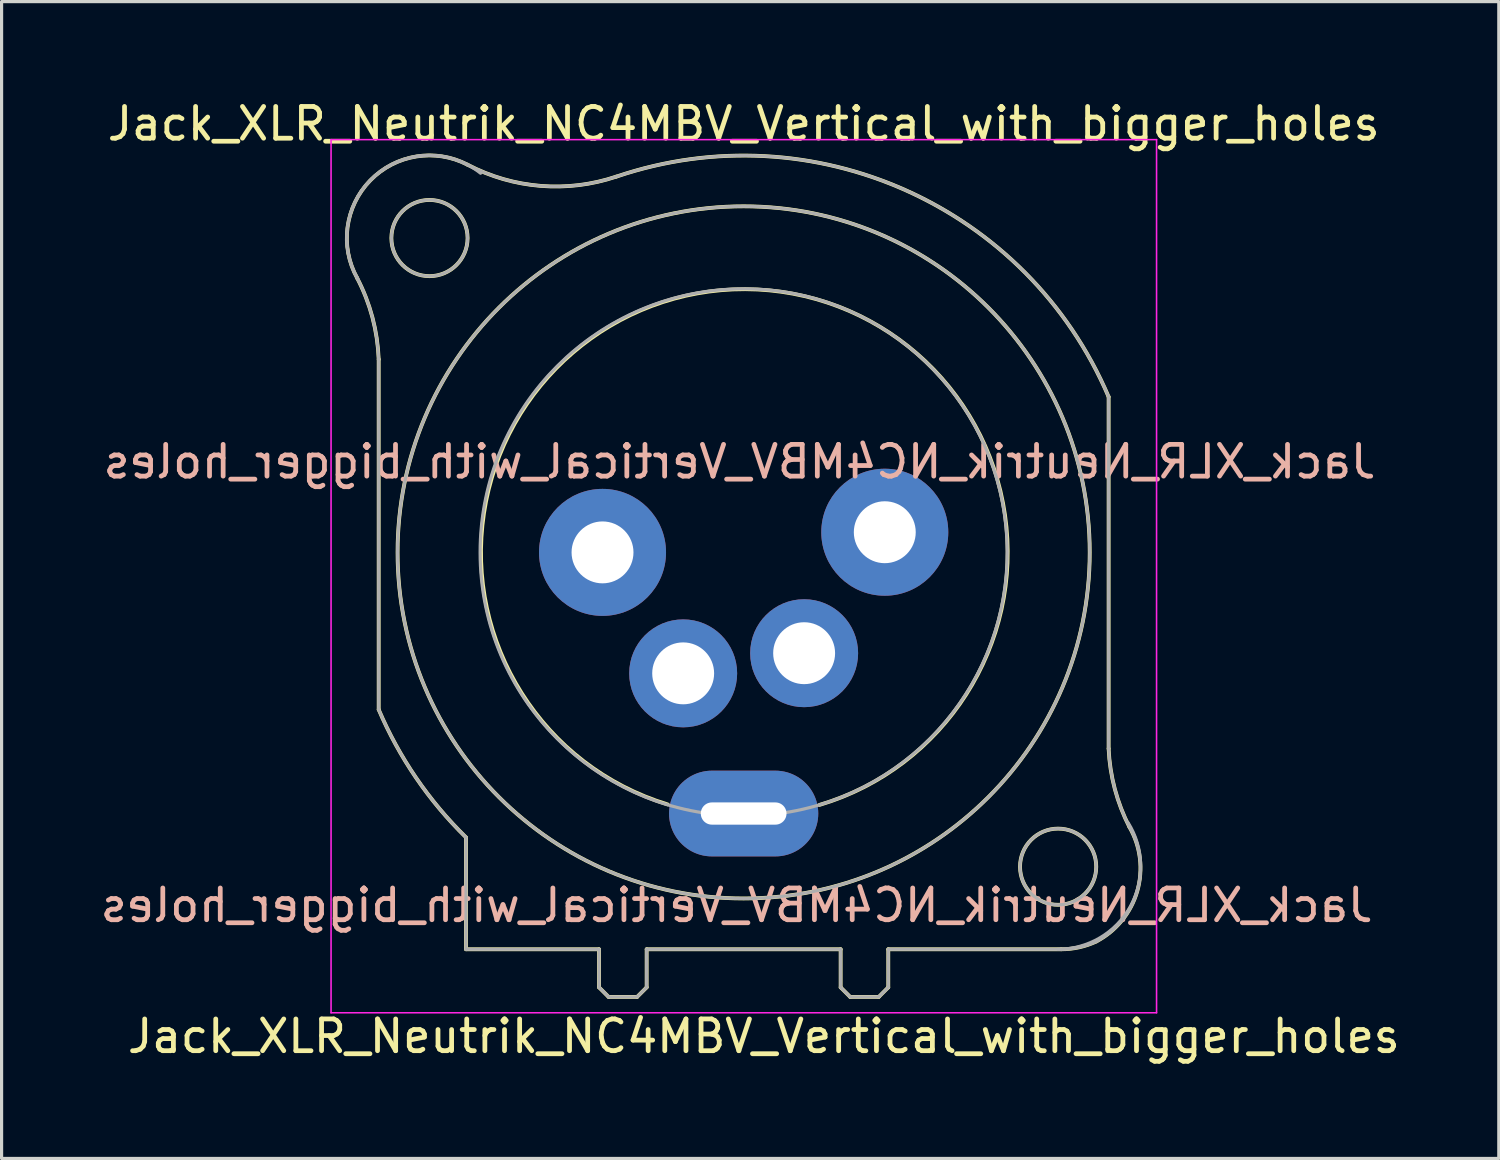
<source format=kicad_pcb>
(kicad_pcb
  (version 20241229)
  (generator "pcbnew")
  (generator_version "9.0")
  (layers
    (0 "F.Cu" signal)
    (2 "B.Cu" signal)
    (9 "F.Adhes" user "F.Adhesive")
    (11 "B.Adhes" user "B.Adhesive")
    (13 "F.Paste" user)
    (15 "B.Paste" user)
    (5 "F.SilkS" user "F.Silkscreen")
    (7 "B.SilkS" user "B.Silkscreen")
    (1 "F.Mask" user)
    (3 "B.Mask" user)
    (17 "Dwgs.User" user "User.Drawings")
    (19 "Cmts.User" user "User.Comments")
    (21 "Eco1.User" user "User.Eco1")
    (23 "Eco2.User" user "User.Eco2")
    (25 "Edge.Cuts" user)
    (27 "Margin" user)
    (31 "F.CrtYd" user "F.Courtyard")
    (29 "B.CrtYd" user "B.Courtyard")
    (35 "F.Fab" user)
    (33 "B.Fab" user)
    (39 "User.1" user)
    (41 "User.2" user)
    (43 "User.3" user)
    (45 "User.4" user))
  (footprint "Jack_XLR_Neutrik_NC4MBV_Vertical_with_bigger_holes"
    (layer "F.Cu")
    (at 15.927 14.348)
    (property "Reference" "Jack_XLR_Neutrik_NC4MBV_Vertical_with_bigger_holes" (at 4.445 -13.5 0) (layer "F.SilkS") (effects (font (size 1 1) (thickness 0.15))))
    (attr through_hole)
    (fp_line (start -7.05 -6.08) (end -7.05 4.95) (stroke (width 0.12) (type solid)) (layer "F.SilkS"))
    (fp_line (start -4.3 12.5) (end -4.3 8.98) (stroke (width 0.12) (type solid)) (layer "F.SilkS"))
    (fp_line (start -0.11 12.5) (end -4.3 12.5) (stroke (width 0.12) (type solid)) (layer "F.SilkS"))
    (fp_line (start -0.11 12.5) (end -0.11 13.7) (stroke (width 0.12) (type solid)) (layer "F.SilkS"))
    (fp_line (start -0.11 13.7) (end 0.19 14) (stroke (width 0.12) (type solid)) (layer "F.SilkS"))
    (fp_line (start 1.09 14) (end 0.19 14) (stroke (width 0.12) (type solid)) (layer "F.SilkS"))
    (fp_line (start 1.39 12.5) (end 1.39 13.7) (stroke (width 0.12) (type solid)) (layer "F.SilkS"))
    (fp_line (start 1.39 13.7) (end 1.09 14) (stroke (width 0.12) (type solid)) (layer "F.SilkS"))
    (fp_line (start 7.5 12.5) (end 1.39 12.5) (stroke (width 0.12) (type solid)) (layer "F.SilkS"))
    (fp_line (start 7.5 12.5) (end 7.5 13.7) (stroke (width 0.12) (type solid)) (layer "F.SilkS"))
    (fp_line (start 7.5 13.7) (end 7.8 14) (stroke (width 0.12) (type solid)) (layer "F.SilkS"))
    (fp_line (start 7.8 14) (end 8.7 14) (stroke (width 0.12) (type solid)) (layer "F.SilkS"))
    (fp_line (start 9 12.5) (end 9 13.7) (stroke (width 0.12) (type solid)) (layer "F.SilkS"))
    (fp_line (start 9 13.7) (end 8.7 14) (stroke (width 0.12) (type solid)) (layer "F.SilkS"))
    (fp_line (start 14.45 12.5) (end 9 12.5) (stroke (width 0.12) (type solid)) (layer "F.SilkS"))
    (fp_line (start 15.94 6.18) (end 15.94 -4.9) (stroke (width 0.12) (type solid)) (layer "F.SilkS"))
    (fp_arc (start -7.729201 -8.641635) (mid -7.2465 -7.39876) (end -7.05 -6.08) (stroke (width 0.12) (type solid)) (layer "F.SilkS"))
    (fp_arc (start -7.725637 -8.636048) (mid -7.316154 -11.714819) (end -4.25 -12.21) (stroke (width 0.12) (type solid)) (layer "F.SilkS"))
    (fp_arc (start -4.299846 8.975956) (mid -5.873184 7.098411) (end -7.05 4.95) (stroke (width 0.12) (type solid)) (layer "F.SilkS"))
    (fp_arc (start 0.433843 -11.835383) (mid -1.946442 -11.543029) (end -4.25 -12.21) (stroke (width 0.12) (type solid)) (layer "F.SilkS"))
    (fp_arc (start 0.441327 -11.837045) (mid 9.549963 -11.405454) (end 15.94 -4.9) (stroke (width 0.12) (type solid)) (layer "F.SilkS"))
    (fp_arc (start 2.052708 7.939114) (mid 4.492606 -8.289797) (end 6.833341 7.953713) (stroke (width 0.12) (type solid)) (layer "F.SilkS"))
    (fp_arc (start 15.558668 12.251777) (mid 15.018058 12.437185) (end 14.45 12.5) (stroke (width 0.12) (type solid)) (layer "F.SilkS"))
    (fp_arc (start 16.596979 8.653179) (mid 16.135244 7.451985) (end 15.94 6.18) (stroke (width 0.12) (type solid)) (layer "F.SilkS"))
    (fp_arc (start 16.598286 8.654414) (mid 16.841335 10.672303) (end 15.56 12.25) (stroke (width 0.12) (type solid)) (layer "F.SilkS"))
    (fp_circle (center -5.45 -9.9) (end -4.25 -9.9) (stroke (width 0.12) (type solid)) (fill no) (layer "F.SilkS"))
    (fp_circle (center 4.445 0) (end 15.345 0) (stroke (width 0.12) (type solid)) (fill no) (layer "F.SilkS"))
    (fp_circle (center 14.35 9.9) (end 15.55 9.9) (stroke (width 0.12) (type solid)) (fill no) (layer "F.SilkS"))
    (fp_line (start -8.55 -13) (end 17.45 -13) (stroke (width 0.05) (type solid)) (layer "F.CrtYd"))
    (fp_line (start -8.55 14.5) (end -8.55 -13) (stroke (width 0.05) (type solid)) (layer "F.CrtYd"))
    (fp_line (start 17.45 -13) (end 17.45 14.5) (stroke (width 0.05) (type solid)) (layer "F.CrtYd"))
    (fp_line (start 17.45 14.5) (end -8.55 14.5) (stroke (width 0.05) (type solid)) (layer "F.CrtYd"))
    (fp_line (start -7.05 -6.08) (end -7.05 4.95) (stroke (width 0.1) (type solid)) (layer "F.Fab"))
    (fp_line (start -4.3 12.5) (end -4.3 8.98) (stroke (width 0.1) (type solid)) (layer "F.Fab"))
    (fp_line (start -0.11 12.5) (end -4.3 12.5) (stroke (width 0.1) (type solid)) (layer "F.Fab"))
    (fp_line (start -0.11 12.5) (end -0.11 13.7) (stroke (width 0.1) (type solid)) (layer "F.Fab"))
    (fp_line (start -0.11 13.7) (end 0.19 14) (stroke (width 0.1) (type solid)) (layer "F.Fab"))
    (fp_line (start 1.09 14) (end 0.19 14) (stroke (width 0.1) (type solid)) (layer "F.Fab"))
    (fp_line (start 1.39 12.5) (end 1.39 13.7) (stroke (width 0.1) (type solid)) (layer "F.Fab"))
    (fp_line (start 1.39 13.7) (end 1.09 14) (stroke (width 0.1) (type solid)) (layer "F.Fab"))
    (fp_line (start 7.5 12.5) (end 1.39 12.5) (stroke (width 0.1) (type solid)) (layer "F.Fab"))
    (fp_line (start 7.5 12.5) (end 7.5 13.7) (stroke (width 0.1) (type solid)) (layer "F.Fab"))
    (fp_line (start 7.5 13.7) (end 7.8 14) (stroke (width 0.1) (type solid)) (layer "F.Fab"))
    (fp_line (start 7.8 14) (end 8.7 14) (stroke (width 0.1) (type solid)) (layer "F.Fab"))
    (fp_line (start 9 12.5) (end 9 13.7) (stroke (width 0.1) (type solid)) (layer "F.Fab"))
    (fp_line (start 9 13.7) (end 8.7 14) (stroke (width 0.1) (type solid)) (layer "F.Fab"))
    (fp_line (start 14.45 12.5) (end 9 12.5) (stroke (width 0.1) (type solid)) (layer "F.Fab"))
    (fp_line (start 15.94 6.18) (end 15.94 -4.9) (stroke (width 0.1) (type solid)) (layer "F.Fab"))
    (fp_arc (start -7.729201 -8.641635) (mid -7.2465 -7.39876) (end -7.05 -6.08) (stroke (width 0.1) (type solid)) (layer "F.Fab"))
    (fp_arc (start -7.725637 -8.636048) (mid -7.316154 -11.714819) (end -4.25 -12.21) (stroke (width 0.1) (type solid)) (layer "F.Fab"))
    (fp_arc (start -7.685 -8.57) (mid -7.168921 -11.858868) (end -3.840849 -11.942067) (stroke (width 0.1) (type solid)) (layer "F.Fab"))
    (fp_arc (start -4.299846 8.975956) (mid -5.873184 7.098411) (end -7.05 4.95) (stroke (width 0.1) (type solid)) (layer "F.Fab"))
    (fp_arc (start 0.433843 -11.835383) (mid -1.946442 -11.543029) (end -4.25 -12.21) (stroke (width 0.1) (type solid)) (layer "F.Fab"))
    (fp_arc (start 0.441327 -11.837045) (mid 9.549963 -11.405454) (end 15.94 -4.9) (stroke (width 0.1) (type solid)) (layer "F.Fab"))
    (fp_arc (start 15.558668 12.251777) (mid 15.018058 12.437185) (end 14.45 12.5) (stroke (width 0.1) (type solid)) (layer "F.Fab"))
    (fp_arc (start 16.555 8.516) (mid 16.62253 11.159357) (end 14.343337 12.499945) (stroke (width 0.1) (type solid)) (layer "F.Fab"))
    (fp_arc (start 16.596979 8.653179) (mid 16.135244 7.451985) (end 15.94 6.18) (stroke (width 0.1) (type solid)) (layer "F.Fab"))
    (fp_arc (start 16.598286 8.654414) (mid 16.841335 10.672303) (end 15.56 12.25) (stroke (width 0.1) (type solid)) (layer "F.Fab"))
    (fp_circle (center -5.45 -9.9) (end -4.25 -9.9) (stroke (width 0.1) (type solid)) (fill no) (layer "F.Fab"))
    (fp_circle (center 4.445 0) (end 12.745 0) (stroke (width 0.1) (type solid)) (fill no) (layer "F.Fab"))
    (fp_circle (center 4.445 0) (end 15.345 0) (stroke (width 0.1) (type solid)) (fill no) (layer "F.Fab"))
    (fp_circle (center 14.35 9.9) (end 15.55 9.9) (stroke (width 0.1) (type solid)) (fill no) (layer "F.Fab"))
    (fp_text user "${REFERENCE}" (at 5.08 15.24 0) (unlocked yes) (layer "F.SilkS") (effects (font (size 1 1) (thickness 0.15))))
    (fp_text user "${REFERENCE}" (at 4.313 -2.857 0) (unlocked yes) (layer "B.SilkS") (effects (font (size 1 1) (thickness 0.15)) (justify mirror)))
    (fp_text user "${REFERENCE}" (at 4.222 11.115 0) (unlocked yes) (layer "B.SilkS") (effects (font (size 1 1) (thickness 0.15)) (justify mirror)))
    (pad "1" thru_hole circle (at 0 0) (size 4 4) (drill 1.95) (layers "*.Cu" "*.Mask"))
    (pad "2" thru_hole circle (at 2.54 3.81) (size 3.4 3.4) (drill 1.95) (layers "*.Cu" "*.Mask"))
    (pad "3" thru_hole circle (at 6.35 3.175) (size 3.4 3.4) (drill 1.95) (layers "*.Cu" "*.Mask"))
    (pad "4" thru_hole circle (at 8.89 -0.635) (size 4 4) (drill 1.95) (layers "*.Cu" "*.Mask"))
    (pad "G" thru_hole oval (at 4.445 8.225) (size 4.7 2.7) (drill oval 2.7 0.7) (layers "*.Cu" "*.Mask")))
  (gr_rect
    (start -3 -3)
    (end 44.156 33.437)
    (stroke (width 0.1) (type default))
    (fill no)
    (layer "Edge.Cuts")))
</source>
